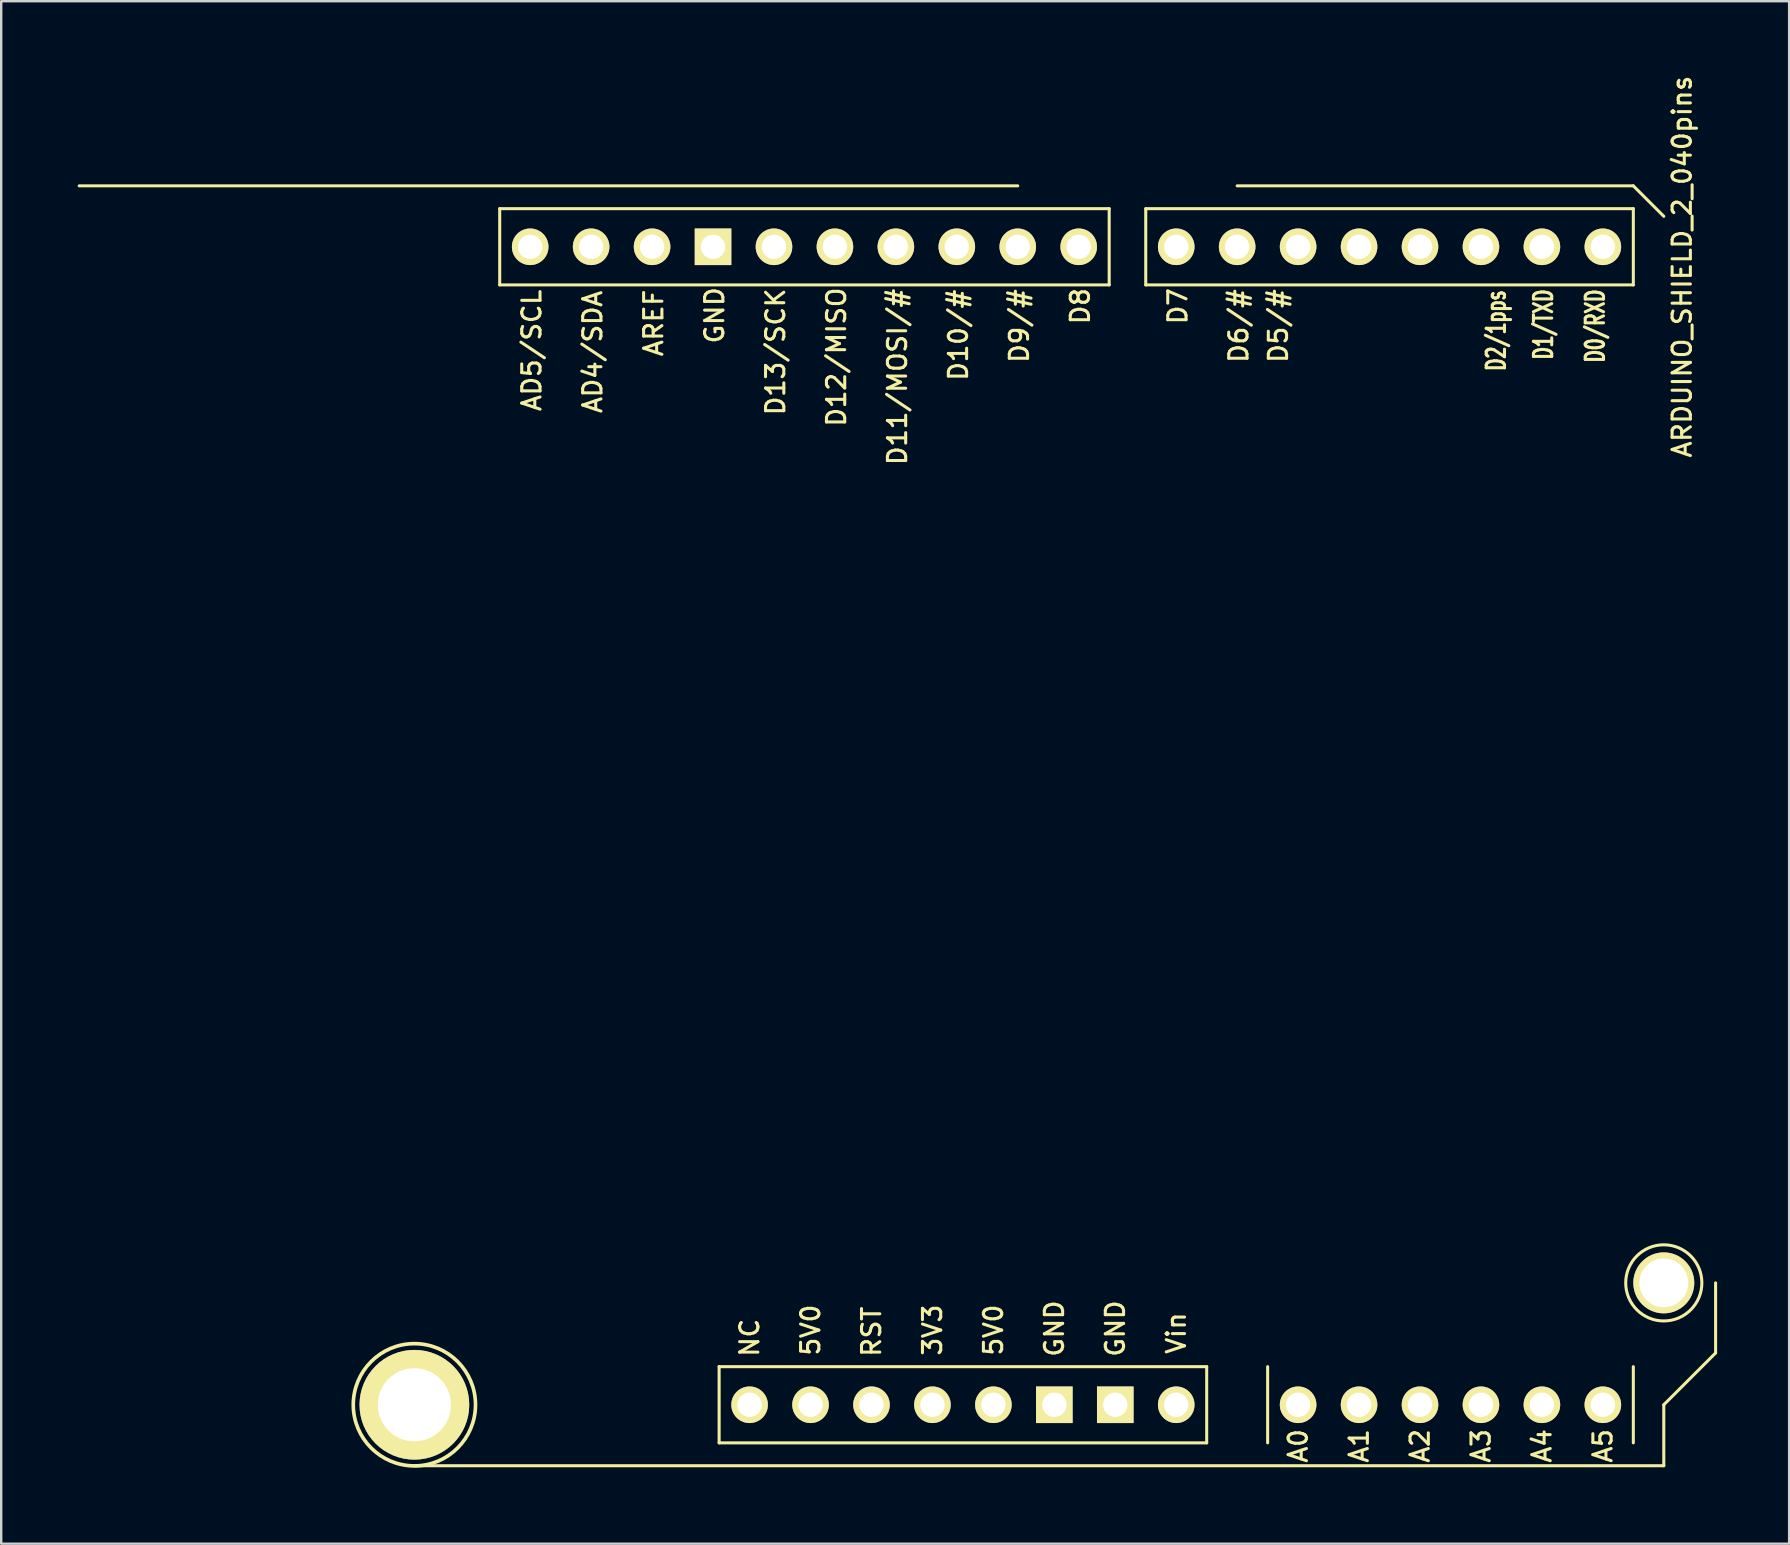
<source format=kicad_pcb>
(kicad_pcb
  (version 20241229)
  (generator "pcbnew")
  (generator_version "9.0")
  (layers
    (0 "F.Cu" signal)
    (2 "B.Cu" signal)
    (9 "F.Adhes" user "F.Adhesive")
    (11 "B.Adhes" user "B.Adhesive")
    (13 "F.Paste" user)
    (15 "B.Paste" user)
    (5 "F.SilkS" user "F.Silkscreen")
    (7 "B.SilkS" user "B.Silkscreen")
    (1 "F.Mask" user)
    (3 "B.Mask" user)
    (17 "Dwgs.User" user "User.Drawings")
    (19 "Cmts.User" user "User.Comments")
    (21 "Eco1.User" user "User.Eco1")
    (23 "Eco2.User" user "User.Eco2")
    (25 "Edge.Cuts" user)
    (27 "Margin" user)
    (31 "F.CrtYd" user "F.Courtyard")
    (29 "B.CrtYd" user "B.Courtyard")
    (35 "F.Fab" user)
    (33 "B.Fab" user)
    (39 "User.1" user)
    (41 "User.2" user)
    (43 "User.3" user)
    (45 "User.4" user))
  (footprint "ARDUINO_SHIELD_2_040pins"
    (layer "F.Cu")
    (at 0.25 58.035)
    (property "Reference" "ARDUINO_SHIELD_2_040pins" (at 66.802 -49.974 90) (layer "F.SilkS") (effects (font (size 0.762 0.762) (thickness 0.127))))
    (attr smd)
    (fp_line (start 0 -53.34) (end 39.116 -53.34) (stroke (width 0.127) (type solid)) (layer "F.SilkS"))
    (fp_line (start 17.526 -52.388) (end 17.526 -49.212) (stroke (width 0.127) (type solid)) (layer "F.SilkS"))
    (fp_line (start 17.526 -49.212) (end 42.926 -49.212) (stroke (width 0.127) (type solid)) (layer "F.SilkS"))
    (fp_line (start 26.67 -4.128) (end 26.67 -0.953) (stroke (width 0.127) (type solid)) (layer "F.SilkS"))
    (fp_line (start 26.67 -0.953) (end 46.99 -0.953) (stroke (width 0.127) (type solid)) (layer "F.SilkS"))
    (fp_line (start 42.926 -52.388) (end 17.526 -52.388) (stroke (width 0.127) (type solid)) (layer "F.SilkS"))
    (fp_line (start 42.926 -49.212) (end 42.926 -52.388) (stroke (width 0.127) (type solid)) (layer "F.SilkS"))
    (fp_line (start 44.45 -52.388) (end 44.45 -49.212) (stroke (width 0.127) (type solid)) (layer "F.SilkS"))
    (fp_line (start 44.45 -49.212) (end 64.77 -49.212) (stroke (width 0.127) (type solid)) (layer "F.SilkS"))
    (fp_line (start 46.99 -4.128) (end 26.67 -4.128) (stroke (width 0.127) (type solid)) (layer "F.SilkS"))
    (fp_line (start 46.99 -0.953) (end 46.99 -4.128) (stroke (width 0.127) (type solid)) (layer "F.SilkS"))
    (fp_line (start 49.53 -4.128) (end 49.53 -0.953) (stroke (width 0.127) (type solid)) (layer "F.SilkS"))
    (fp_line (start 64.77 -53.34) (end 48.26 -53.34) (stroke (width 0.127) (type solid)) (layer "F.SilkS"))
    (fp_line (start 64.77 -52.388) (end 44.45 -52.388) (stroke (width 0.127) (type solid)) (layer "F.SilkS"))
    (fp_line (start 64.77 -49.212) (end 64.77 -52.388) (stroke (width 0.127) (type solid)) (layer "F.SilkS"))
    (fp_line (start 64.77 -0.953) (end 64.77 -4.128) (stroke (width 0.127) (type solid)) (layer "F.SilkS"))
    (fp_line (start 66.04 -52.07) (end 64.77 -53.34) (stroke (width 0.127) (type solid)) (layer "F.SilkS"))
    (fp_line (start 66.04 0) (end 13.97 0) (stroke (width 0.127) (type solid)) (layer "F.SilkS"))
    (fp_line (start 66.04 0) (end 66.04 -2.54) (stroke (width 0.127) (type solid)) (layer "F.SilkS"))
    (fp_line (start 68.199 -4.699) (end 66.04 -2.54) (stroke (width 0.127) (type solid)) (layer "F.SilkS"))
    (fp_line (start 68.199 -4.699) (end 68.199 -7.62) (stroke (width 0.127) (type solid)) (layer "F.SilkS"))
    (fp_circle (center 13.97 -2.54) (end 11.43 -2.349) (stroke (width 0.152) (type solid)) (fill no) (layer "F.SilkS"))
    (fp_circle (center 66.04 -7.62) (end 64.453 -7.62) (stroke (width 0.127) (type solid)) (fill no) (layer "F.SilkS"))
    (fp_text user "D1/TXD" (at 61.023 -47.562 90) (layer "F.SilkS") (effects (font (size 0.762 0.508) (thickness 0.127))))
    (fp_text user "D9/#" (at 39.179 -47.498 90) (layer "F.SilkS") (effects (font (size 0.762 0.762) (thickness 0.127))))
    (fp_text user "D11/MOSI/#" (at 34.099 -45.377 90) (layer "F.SilkS") (effects (font (size 0.762 0.762) (thickness 0.127))))
    (fp_text user "A1" (at 53.34 -0.826 90) (layer "F.SilkS") (effects (font (size 0.762 0.762) (thickness 0.127))))
    (fp_text user "D10/#" (at 36.639 -47.117 90) (layer "F.SilkS") (effects (font (size 0.762 0.762) (thickness 0.127))))
    (fp_text user "A4" (at 60.96 -0.826 90) (layer "F.SilkS") (effects (font (size 0.762 0.762) (thickness 0.127))))
    (fp_text user "GND" (at 26.48 -47.943 90) (layer "F.SilkS") (effects (font (size 0.762 0.762) (thickness 0.127))))
    (fp_text user "D7" (at 45.783 -48.324 90) (layer "F.SilkS") (effects (font (size 0.762 0.762) (thickness 0.127))))
    (fp_text user "D5/#" (at 49.974 -47.498 90) (layer "F.SilkS") (effects (font (size 0.762 0.762) (thickness 0.127))))
    (fp_text user "3V3" (at 35.56 -5.652 90) (layer "F.SilkS") (effects (font (size 0.762 0.762) (thickness 0.127))))
    (fp_text user "RST" (at 33.02 -5.588 90) (layer "F.SilkS") (effects (font (size 0.762 0.762) (thickness 0.127))))
    (fp_text user "NC" (at 27.94 -5.334 90) (layer "F.SilkS") (effects (font (size 0.762 0.762) (thickness 0.127))))
    (fp_text user "D2/1pps" (at 59.055 -47.307 90) (layer "F.SilkS") (effects (font (size 0.762 0.508) (thickness 0.127))))
    (fp_text user "D6/#" (at 48.324 -47.498 90) (layer "F.SilkS") (effects (font (size 0.762 0.762) (thickness 0.127))))
    (fp_text user "5V0" (at 30.48 -5.652 90) (layer "F.SilkS") (effects (font (size 0.762 0.762) (thickness 0.127))))
    (fp_text user "AD4/SDA" (at 21.399 -46.419 90) (layer "F.SilkS") (effects (font (size 0.762 0.762) (thickness 0.127))))
    (fp_text user "Vin" (at 45.72 -5.524 90) (layer "F.SilkS") (effects (font (size 0.762 0.762) (thickness 0.127))))
    (fp_text user "A0" (at 50.8 -0.826 90) (layer "F.SilkS") (effects (font (size 0.762 0.762) (thickness 0.127))))
    (fp_text user "A5" (at 63.5 -0.826 90) (layer "F.SilkS") (effects (font (size 0.762 0.762) (thickness 0.127))))
    (fp_text user "AREF" (at 23.939 -47.625 90) (layer "F.SilkS") (effects (font (size 0.762 0.762) (thickness 0.127))))
    (fp_text user "D0/RXD" (at 63.182 -47.498 90) (layer "F.SilkS") (effects (font (size 0.762 0.508) (thickness 0.127))))
    (fp_text user "AD5/SCL" (at 18.86 -46.482 90) (layer "F.SilkS") (effects (font (size 0.762 0.762) (thickness 0.127))))
    (fp_text user "D12/MISO" (at 31.559 -46.203 90) (layer "F.SilkS") (effects (font (size 0.762 0.762) (thickness 0.127))))
    (fp_text user "GND" (at 43.18 -5.715 90) (layer "F.SilkS") (effects (font (size 0.762 0.762) (thickness 0.127))))
    (fp_text user "A3" (at 58.42 -0.826 90) (layer "F.SilkS") (effects (font (size 0.762 0.762) (thickness 0.127))))
    (fp_text user "GND" (at 40.64 -5.715 90) (layer "F.SilkS") (effects (font (size 0.762 0.762) (thickness 0.127))))
    (fp_text user "A2" (at 55.88 -0.826 90) (layer "F.SilkS") (effects (font (size 0.762 0.762) (thickness 0.127))))
    (fp_text user "5V0" (at 38.1 -5.652 90) (layer "F.SilkS") (effects (font (size 0.762 0.762) (thickness 0.127))))
    (fp_text user "D8" (at 41.719 -48.324 90) (layer "F.SilkS") (effects (font (size 0.762 0.762) (thickness 0.127))))
    (fp_text user "D13/SCK" (at 29.02 -46.419 90) (layer "F.SilkS") (effects (font (size 0.762 0.762) (thickness 0.127))))
    (pad "0" thru_hole circle (at 63.5 -50.8) (size 1.524 1.524) (drill 1.016) (layers "*.Cu" "*.Mask" "F.SilkS"))
    (pad "1" thru_hole circle (at 60.96 -50.8) (size 1.524 1.524) (drill 1.016) (layers "*.Cu" "*.Mask" "F.SilkS"))
    (pad "2" thru_hole circle (at 58.42 -50.8) (size 1.524 1.524) (drill 1.016) (layers "*.Cu" "*.Mask" "F.SilkS"))
    (pad "3" thru_hole circle (at 55.88 -50.8) (size 1.524 1.524) (drill 1.016) (layers "*.Cu" "*.Mask" "F.SilkS"))
    (pad "3V3" thru_hole circle (at 35.56 -2.54) (size 1.524 1.524) (drill 1.016) (layers "*.Cu" "*.Mask" "F.SilkS"))
    (pad "4" thru_hole circle (at 53.34 -50.8) (size 1.524 1.524) (drill 1.016) (layers "*.Cu" "*.Mask" "F.SilkS"))
    (pad "5" thru_hole circle (at 50.8 -50.8) (size 1.524 1.524) (drill 1.016) (layers "*.Cu" "*.Mask" "F.SilkS"))
    (pad "5V" thru_hole circle (at 30.48 -2.54) (size 1.524 1.524) (drill 1.016) (layers "*.Cu" "*.Mask" "F.SilkS"))
    (pad "5V" thru_hole circle (at 38.1 -2.54) (size 1.524 1.524) (drill 1.016) (layers "*.Cu" "*.Mask" "F.SilkS"))
    (pad "6" thru_hole circle (at 48.26 -50.8) (size 1.524 1.524) (drill 1.016) (layers "*.Cu" "*.Mask" "F.SilkS"))
    (pad "7" thru_hole circle (at 45.72 -50.8) (size 1.524 1.524) (drill 1.016) (layers "*.Cu" "*.Mask" "F.SilkS"))
    (pad "8" thru_hole circle (at 41.656 -50.8) (size 1.524 1.524) (drill 1.016) (layers "*.Cu" "*.Mask" "F.SilkS"))
    (pad "9" thru_hole circle (at 39.116 -50.8) (size 1.524 1.524) (drill 1.016) (layers "*.Cu" "*.Mask" "F.SilkS"))
    (pad "10" thru_hole circle (at 36.576 -50.8) (size 1.524 1.524) (drill 1.016) (layers "*.Cu" "*.Mask" "F.SilkS"))
    (pad "11" thru_hole circle (at 34.036 -50.8) (size 1.524 1.524) (drill 1.016) (layers "*.Cu" "*.Mask" "F.SilkS"))
    (pad "12" thru_hole circle (at 31.496 -50.8) (size 1.524 1.524) (drill 1.016) (layers "*.Cu" "*.Mask" "F.SilkS"))
    (pad "13" thru_hole circle (at 28.956 -50.8) (size 1.524 1.524) (drill 1.016) (layers "*.Cu" "*.Mask" "F.SilkS"))
    (pad "AD0" thru_hole circle (at 50.8 -2.54) (size 1.524 1.524) (drill 1.016) (layers "*.Cu" "*.Mask" "F.SilkS"))
    (pad "AD1" thru_hole circle (at 53.34 -2.54) (size 1.524 1.524) (drill 1.016) (layers "*.Cu" "*.Mask" "F.SilkS"))
    (pad "AD2" thru_hole circle (at 55.88 -2.54) (size 1.524 1.524) (drill 1.016) (layers "*.Cu" "*.Mask" "F.SilkS"))
    (pad "AD3" thru_hole circle (at 58.42 -2.54) (size 1.524 1.524) (drill 1.016) (layers "*.Cu" "*.Mask" "F.SilkS"))
    (pad "AD4" thru_hole circle (at 21.336 -50.8) (size 1.524 1.524) (drill 1.016) (layers "*.Cu" "*.Mask" "F.SilkS"))
    (pad "AD4" thru_hole circle (at 60.96 -2.54) (size 1.524 1.524) (drill 1.016) (layers "*.Cu" "*.Mask" "F.SilkS"))
    (pad "AD5" thru_hole circle (at 18.796 -50.8) (size 1.524 1.524) (drill 1.016) (layers "*.Cu" "*.Mask" "F.SilkS"))
    (pad "AD5" thru_hole circle (at 63.5 -2.54) (size 1.524 1.524) (drill 1.016) (layers "*.Cu" "*.Mask" "F.SilkS"))
    (pad "AREF" thru_hole circle (at 23.876 -50.8) (size 1.524 1.524) (drill 1.016) (layers "*.Cu" "*.Mask" "F.SilkS"))
    (pad "GND1" thru_hole rect (at 40.64 -2.54 90) (size 1.524 1.524) (drill 1.016) (layers "*.Cu" "*.Mask" "F.SilkS"))
    (pad "GND2" thru_hole rect (at 43.18 -2.54 90) (size 1.524 1.524) (drill 1.016) (layers "*.Cu" "*.Mask" "F.SilkS"))
    (pad "GND3" thru_hole rect (at 26.416 -50.8 90) (size 1.524 1.524) (drill 1.016) (layers "*.Cu" "*.Mask" "F.SilkS"))
    (pad "H1" thru_hole circle (at 13.97 -2.54) (size 4.572 4.572) (drill 3.048) (layers "*.Cu" "*.Paste" "*.Mask" "F.SilkS"))
    (pad "H2" thru_hole circle (at 66.04 -7.62) (size 2.54 2.54) (drill 2.032) (layers "*.Cu" "*.Paste" "*.Mask" "F.SilkS"))
    (pad "NC" thru_hole circle (at 27.94 -2.54) (size 1.524 1.524) (drill 1.016) (layers "*.Cu" "*.Mask" "F.SilkS"))
    (pad "RST" thru_hole circle (at 33.02 -2.54) (size 1.524 1.524) (drill 1.016) (layers "*.Cu" "*.Mask" "F.SilkS"))
    (pad "V_IN" thru_hole circle (at 45.72 -2.54) (size 1.524 1.524) (drill 1.016) (layers "*.Cu" "*.Mask" "F.SilkS")))
  (gr_rect
    (start -3 -3)
    (end 71.513 61.285)
    (stroke (width 0.1) (type default))
    (fill no)
    (layer "Edge.Cuts")))
</source>
